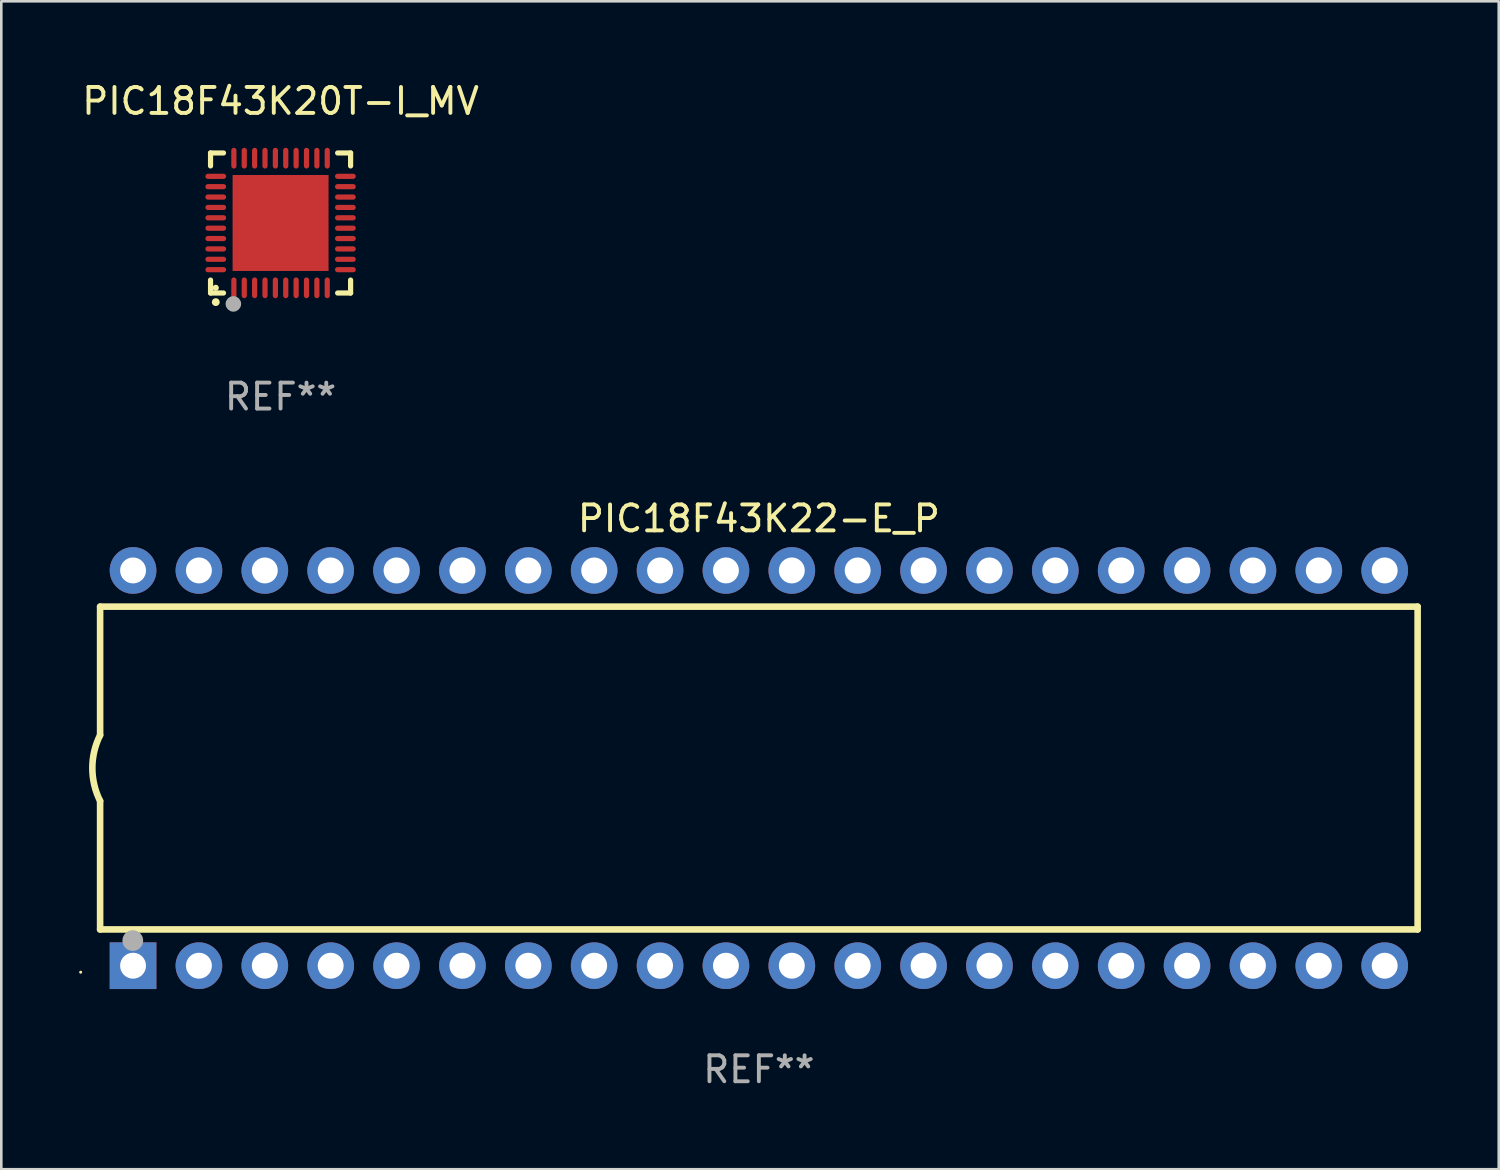
<source format=kicad_pcb>
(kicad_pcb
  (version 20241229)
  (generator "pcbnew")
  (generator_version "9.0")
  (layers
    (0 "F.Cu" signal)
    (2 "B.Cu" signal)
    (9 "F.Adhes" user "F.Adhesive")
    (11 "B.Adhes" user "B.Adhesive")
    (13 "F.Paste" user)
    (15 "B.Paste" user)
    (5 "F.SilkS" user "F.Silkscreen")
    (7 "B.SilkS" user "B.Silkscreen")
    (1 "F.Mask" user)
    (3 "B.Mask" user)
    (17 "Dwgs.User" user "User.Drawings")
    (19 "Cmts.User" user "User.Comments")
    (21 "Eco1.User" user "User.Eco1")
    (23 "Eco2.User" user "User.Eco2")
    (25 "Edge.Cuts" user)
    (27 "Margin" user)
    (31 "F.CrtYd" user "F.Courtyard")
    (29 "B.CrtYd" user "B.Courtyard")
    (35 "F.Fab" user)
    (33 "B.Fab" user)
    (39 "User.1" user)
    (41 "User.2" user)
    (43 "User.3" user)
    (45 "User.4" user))
  (footprint "PIC18F43K22-E_P"
    (layer "F.Cu")
    (at 26.21 26.565)
    (property "Reference" "PIC18F43K22-E_P" (at 0 -9.62 0) (layer "F.SilkS") (effects (font (size 1 1) (thickness 0.15))))
    (attr through_hole)
    (fp_line (start -25.4 -6.224) (end -25.4 -1.271) (stroke (width 0.254) (type solid)) (layer "F.SilkS"))
    (fp_line (start -25.4 -6.224) (end 25.4 -6.224) (stroke (width 0.254) (type solid)) (layer "F.SilkS"))
    (fp_line (start -25.4 1.269) (end -25.4 6.222) (stroke (width 0.254) (type solid)) (layer "F.SilkS"))
    (fp_line (start -25.4 6.222) (end 25.4 6.222) (stroke (width 0.254) (type solid)) (layer "F.SilkS"))
    (fp_line (start 25.4 6.222) (end 25.4 -6.224) (stroke (width 0.254) (type solid)) (layer "F.SilkS"))
    (fp_arc (start -25.4 1.269241) (mid -25.699807 -0.000762) (end -25.4 -1.270765) (stroke (width 0.254001) (type solid)) (layer "F.SilkS"))
    (fp_circle (center -26.15 7.87) (end -26.12 7.87) (stroke (width 0.06) (type solid)) (fill no) (layer "F.SilkS"))
    (fp_circle (center -24.14 6.65) (end -23.94 6.65) (stroke (width 0.4) (type solid)) (fill no) (layer "F.Fab"))
    (fp_text user "REF**" (at 0 11.62 0) (layer "F.Fab") (effects (font (size 1 1) (thickness 0.15))))
    (pad "1" thru_hole rect (at -24.13 7.62 90) (size 1.8 1.8) (drill 1) (layers "*.Cu" "*.Mask"))
    (pad "2" thru_hole circle (at -21.59 7.62) (size 1.8 1.8) (drill 1) (layers "*.Cu" "*.Mask"))
    (pad "3" thru_hole circle (at -19.05 7.62) (size 1.8 1.8) (drill 1) (layers "*.Cu" "*.Mask"))
    (pad "4" thru_hole circle (at -16.51 7.62) (size 1.8 1.8) (drill 1) (layers "*.Cu" "*.Mask"))
    (pad "5" thru_hole circle (at -13.97 7.62) (size 1.8 1.8) (drill 1) (layers "*.Cu" "*.Mask"))
    (pad "6" thru_hole circle (at -11.43 7.62) (size 1.8 1.8) (drill 1) (layers "*.Cu" "*.Mask"))
    (pad "7" thru_hole circle (at -8.89 7.62) (size 1.8 1.8) (drill 1) (layers "*.Cu" "*.Mask"))
    (pad "8" thru_hole circle (at -6.35 7.62) (size 1.8 1.8) (drill 1) (layers "*.Cu" "*.Mask"))
    (pad "9" thru_hole circle (at -3.81 7.62) (size 1.8 1.8) (drill 1) (layers "*.Cu" "*.Mask"))
    (pad "10" thru_hole circle (at -1.27 7.62) (size 1.8 1.8) (drill 1) (layers "*.Cu" "*.Mask"))
    (pad "11" thru_hole circle (at 1.27 7.62) (size 1.8 1.8) (drill 1) (layers "*.Cu" "*.Mask"))
    (pad "12" thru_hole circle (at 3.81 7.62) (size 1.8 1.8) (drill 1) (layers "*.Cu" "*.Mask"))
    (pad "13" thru_hole circle (at 6.35 7.62) (size 1.8 1.8) (drill 1) (layers "*.Cu" "*.Mask"))
    (pad "14" thru_hole circle (at 8.89 7.62) (size 1.8 1.8) (drill 1) (layers "*.Cu" "*.Mask"))
    (pad "15" thru_hole circle (at 11.43 7.62) (size 1.8 1.8) (drill 1) (layers "*.Cu" "*.Mask"))
    (pad "16" thru_hole circle (at 13.97 7.62) (size 1.8 1.8) (drill 1) (layers "*.Cu" "*.Mask"))
    (pad "17" thru_hole circle (at 16.51 7.62) (size 1.8 1.8) (drill 1) (layers "*.Cu" "*.Mask"))
    (pad "18" thru_hole circle (at 19.05 7.62) (size 1.8 1.8) (drill 1) (layers "*.Cu" "*.Mask"))
    (pad "19" thru_hole circle (at 21.59 7.62) (size 1.8 1.8) (drill 1) (layers "*.Cu" "*.Mask"))
    (pad "20" thru_hole circle (at 24.13 7.62) (size 1.8 1.8) (drill 1) (layers "*.Cu" "*.Mask"))
    (pad "21" thru_hole circle (at 24.13 -7.62) (size 1.8 1.8) (drill 1) (layers "*.Cu" "*.Mask"))
    (pad "22" thru_hole circle (at 21.59 -7.62) (size 1.8 1.8) (drill 1) (layers "*.Cu" "*.Mask"))
    (pad "23" thru_hole circle (at 19.05 -7.62) (size 1.8 1.8) (drill 1) (layers "*.Cu" "*.Mask"))
    (pad "24" thru_hole circle (at 16.51 -7.62) (size 1.8 1.8) (drill 1) (layers "*.Cu" "*.Mask"))
    (pad "25" thru_hole circle (at 13.97 -7.62) (size 1.8 1.8) (drill 1) (layers "*.Cu" "*.Mask"))
    (pad "26" thru_hole circle (at 11.43 -7.62) (size 1.8 1.8) (drill 1) (layers "*.Cu" "*.Mask"))
    (pad "27" thru_hole circle (at 8.89 -7.62) (size 1.8 1.8) (drill 1) (layers "*.Cu" "*.Mask"))
    (pad "28" thru_hole circle (at 6.35 -7.62) (size 1.8 1.8) (drill 1) (layers "*.Cu" "*.Mask"))
    (pad "29" thru_hole circle (at 3.81 -7.62) (size 1.8 1.8) (drill 1) (layers "*.Cu" "*.Mask"))
    (pad "30" thru_hole circle (at 1.27 -7.62) (size 1.8 1.8) (drill 1) (layers "*.Cu" "*.Mask"))
    (pad "31" thru_hole circle (at -1.27 -7.62) (size 1.8 1.8) (drill 1) (layers "*.Cu" "*.Mask"))
    (pad "32" thru_hole circle (at -3.81 -7.62) (size 1.8 1.8) (drill 1) (layers "*.Cu" "*.Mask"))
    (pad "33" thru_hole circle (at -6.35 -7.62) (size 1.8 1.8) (drill 1) (layers "*.Cu" "*.Mask"))
    (pad "34" thru_hole circle (at -8.89 -7.62) (size 1.8 1.8) (drill 1) (layers "*.Cu" "*.Mask"))
    (pad "35" thru_hole circle (at -11.43 -7.62) (size 1.8 1.8) (drill 1) (layers "*.Cu" "*.Mask"))
    (pad "36" thru_hole circle (at -13.97 -7.62) (size 1.8 1.8) (drill 1) (layers "*.Cu" "*.Mask"))
    (pad "37" thru_hole circle (at -16.51 -7.62) (size 1.8 1.8) (drill 1) (layers "*.Cu" "*.Mask"))
    (pad "38" thru_hole circle (at -19.05 -7.62) (size 1.8 1.8) (drill 1) (layers "*.Cu" "*.Mask"))
    (pad "39" thru_hole circle (at -21.59 -7.62) (size 1.8 1.8) (drill 1) (layers "*.Cu" "*.Mask"))
    (pad "40" thru_hole circle (at -24.13 -7.62) (size 1.8 1.8) (drill 1) (layers "*.Cu" "*.Mask")))
  (footprint "PIC18F43K20T-I_MV"
    (layer "F.Cu")
    (at 7.768 5.548)
    (property "Reference" "PIC18F43K20T-I_MV" (at 0 -4.7 0) (layer "F.SilkS") (effects (font (size 1 1) (thickness 0.15))))
    (attr through_hole)
    (fp_line (start -2.7 -2.7) (end -2.7 -2.2) (stroke (width 0.2) (type solid)) (layer "F.SilkS"))
    (fp_line (start -2.7 2.7) (end -2.7 2.2) (stroke (width 0.2) (type solid)) (layer "F.SilkS"))
    (fp_line (start -2.2 -2.7) (end -2.7 -2.7) (stroke (width 0.2) (type solid)) (layer "F.SilkS"))
    (fp_line (start -2.2 2.7) (end -2.7 2.7) (stroke (width 0.2) (type solid)) (layer "F.SilkS"))
    (fp_line (start 2.7 -2.7) (end 2.2 -2.7) (stroke (width 0.2) (type solid)) (layer "F.SilkS"))
    (fp_line (start 2.7 -2.2) (end 2.7 -2.7) (stroke (width 0.2) (type solid)) (layer "F.SilkS"))
    (fp_line (start 2.7 2.2) (end 2.7 2.7) (stroke (width 0.2) (type solid)) (layer "F.SilkS"))
    (fp_line (start 2.7 2.7) (end 2.2 2.7) (stroke (width 0.2) (type solid)) (layer "F.SilkS"))
    (fp_arc (start -2.499365 3.050546) (mid -2.498095 3.050541) (end -2.496825 3.050546) (stroke (width 0.3) (type solid)) (layer "F.SilkS"))
    (fp_circle (center -2.5 2.5) (end -2.44 2.5) (stroke (width 0.12) (type solid)) (fill no) (layer "F.SilkS"))
    (fp_circle (center -1.82 3.12) (end -1.67 3.12) (stroke (width 0.3) (type solid)) (fill no) (layer "F.Fab"))
    (fp_text user "REF**" (at 0 6.7 0) (layer "F.Fab") (effects (font (size 1 1) (thickness 0.15))))
    (pad "1" smd oval (at -1.8 2.499) (size 0.2 0.8) (layers "F.Cu" "F.Mask" "F.Paste"))
    (pad "2" smd oval (at -1.4 2.499) (size 0.2 0.8) (layers "F.Cu" "F.Mask" "F.Paste"))
    (pad "3" smd oval (at -1 2.499) (size 0.2 0.8) (layers "F.Cu" "F.Mask" "F.Paste"))
    (pad "4" smd oval (at -0.6 2.499) (size 0.2 0.8) (layers "F.Cu" "F.Mask" "F.Paste"))
    (pad "5" smd oval (at -0.2 2.499) (size 0.2 0.8) (layers "F.Cu" "F.Mask" "F.Paste"))
    (pad "6" smd oval (at 0.2 2.499) (size 0.2 0.8) (layers "F.Cu" "F.Mask" "F.Paste"))
    (pad "7" smd oval (at 0.6 2.499) (size 0.2 0.8) (layers "F.Cu" "F.Mask" "F.Paste"))
    (pad "8" smd oval (at 1 2.499) (size 0.2 0.8) (layers "F.Cu" "F.Mask" "F.Paste"))
    (pad "9" smd oval (at 1.4 2.499) (size 0.2 0.8) (layers "F.Cu" "F.Mask" "F.Paste"))
    (pad "10" smd oval (at 1.8 2.499) (size 0.2 0.8) (layers "F.Cu" "F.Mask" "F.Paste"))
    (pad "11" smd oval (at 2.499 1.8) (size 0.8 0.2) (layers "F.Cu" "F.Mask" "F.Paste"))
    (pad "12" smd oval (at 2.499 1.4) (size 0.8 0.2) (layers "F.Cu" "F.Mask" "F.Paste"))
    (pad "13" smd oval (at 2.499 1) (size 0.8 0.2) (layers "F.Cu" "F.Mask" "F.Paste"))
    (pad "14" smd oval (at 2.499 0.6) (size 0.8 0.2) (layers "F.Cu" "F.Mask" "F.Paste"))
    (pad "15" smd oval (at 2.499 0.2) (size 0.8 0.2) (layers "F.Cu" "F.Mask" "F.Paste"))
    (pad "16" smd oval (at 2.499 -0.2) (size 0.8 0.2) (layers "F.Cu" "F.Mask" "F.Paste"))
    (pad "17" smd oval (at 2.499 -0.6) (size 0.8 0.2) (layers "F.Cu" "F.Mask" "F.Paste"))
    (pad "18" smd oval (at 2.499 -1) (size 0.8 0.2) (layers "F.Cu" "F.Mask" "F.Paste"))
    (pad "19" smd oval (at 2.499 -1.4) (size 0.8 0.2) (layers "F.Cu" "F.Mask" "F.Paste"))
    (pad "20" smd oval (at 2.499 -1.8) (size 0.8 0.2) (layers "F.Cu" "F.Mask" "F.Paste"))
    (pad "21" smd oval (at 1.8 -2.499) (size 0.2 0.8) (layers "F.Cu" "F.Mask" "F.Paste"))
    (pad "22" smd oval (at 1.4 -2.499) (size 0.2 0.8) (layers "F.Cu" "F.Mask" "F.Paste"))
    (pad "23" smd oval (at 1 -2.499) (size 0.2 0.8) (layers "F.Cu" "F.Mask" "F.Paste"))
    (pad "24" smd oval (at 0.6 -2.499) (size 0.2 0.8) (layers "F.Cu" "F.Mask" "F.Paste"))
    (pad "25" smd oval (at 0.2 -2.499) (size 0.2 0.8) (layers "F.Cu" "F.Mask" "F.Paste"))
    (pad "26" smd oval (at -0.2 -2.499) (size 0.2 0.8) (layers "F.Cu" "F.Mask" "F.Paste"))
    (pad "27" smd oval (at -0.6 -2.499) (size 0.2 0.8) (layers "F.Cu" "F.Mask" "F.Paste"))
    (pad "28" smd oval (at -1 -2.499) (size 0.2 0.8) (layers "F.Cu" "F.Mask" "F.Paste"))
    (pad "29" smd oval (at -1.4 -2.499) (size 0.2 0.8) (layers "F.Cu" "F.Mask" "F.Paste"))
    (pad "30" smd oval (at -1.8 -2.499) (size 0.2 0.8) (layers "F.Cu" "F.Mask" "F.Paste"))
    (pad "31" smd oval (at -2.499 -1.8) (size 0.8 0.2) (layers "F.Cu" "F.Mask" "F.Paste"))
    (pad "32" smd oval (at -2.499 -1.4) (size 0.8 0.2) (layers "F.Cu" "F.Mask" "F.Paste"))
    (pad "33" smd oval (at -2.499 -1) (size 0.8 0.2) (layers "F.Cu" "F.Mask" "F.Paste"))
    (pad "34" smd oval (at -2.499 -0.6) (size 0.8 0.2) (layers "F.Cu" "F.Mask" "F.Paste"))
    (pad "35" smd oval (at -2.499 -0.2) (size 0.8 0.2) (layers "F.Cu" "F.Mask" "F.Paste"))
    (pad "36" smd oval (at -2.499 0.2) (size 0.8 0.2) (layers "F.Cu" "F.Mask" "F.Paste"))
    (pad "37" smd oval (at -2.499 0.6) (size 0.8 0.2) (layers "F.Cu" "F.Mask" "F.Paste"))
    (pad "38" smd oval (at -2.499 1) (size 0.8 0.2) (layers "F.Cu" "F.Mask" "F.Paste"))
    (pad "39" smd oval (at -2.499 1.4) (size 0.8 0.2) (layers "F.Cu" "F.Mask" "F.Paste"))
    (pad "40" smd oval (at -2.499 1.8) (size 0.8 0.2) (layers "F.Cu" "F.Mask" "F.Paste"))
    (pad "41" smd rect (at 0 0) (size 3.7 3.7) (layers "F.Cu" "F.Mask" "F.Paste")))
  (gr_rect
    (start -3 -3)
    (end 54.737 42.033)
    (stroke (width 0.1) (type default))
    (fill no)
    (layer "Edge.Cuts")))
</source>
